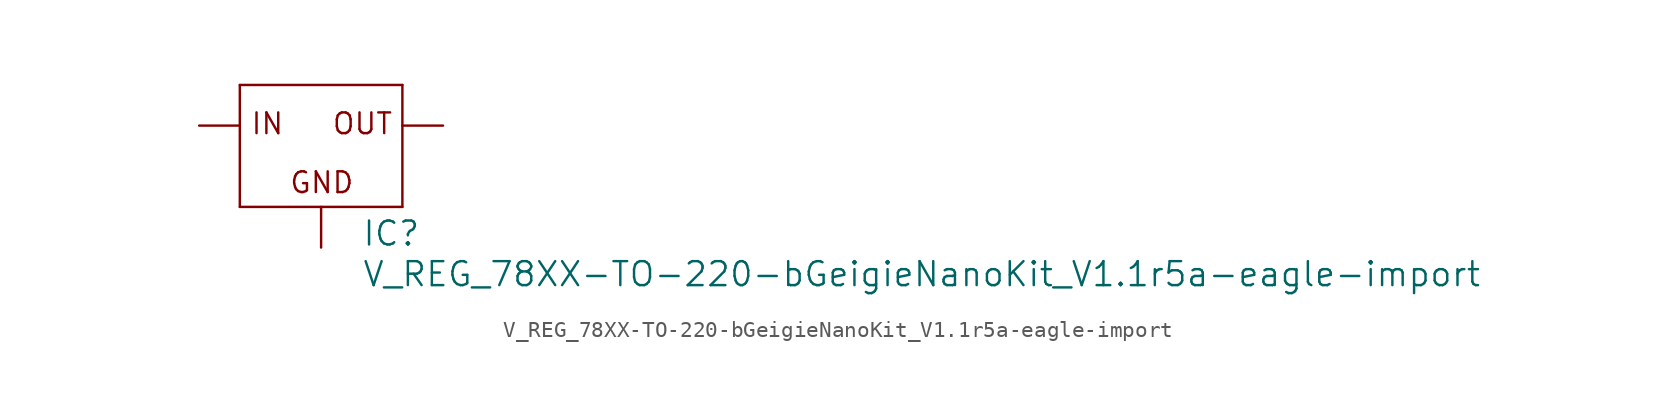
<source format=kicad_sym>
(kicad_symbol_lib
  (version 20200126)
  (host kicad_symbol_editor "5.99.0-unknown-aa7ce74~88~ubuntu18.04.1")
  (symbol "import_from_eagle-rescue:V_REG_78XX-TO-220-bGeigieNanoKit_V1.1r5a-eagle-import"
    (property "Reference" "IC"
      (at 2.54 -7.62 0)
      (effects (font (size 1.499 1.499)) (justify left bottom)))
    (property "Value" "V_REG_78XX-TO-220-bGeigieNanoKit_V1.1r5a-eagle-import"
      (at 2.54 -10.16 0)
      (effects (font (size 1.499 1.499)) (justify left bottom)))
    (property "ki_locked" ""
      (at 0 0 0)
      (effects (font (size 1.27 1.27))))
    (symbol "V_REG_78XX-TO-220-bGeigieNanoKit_V1.1r5a-eagle-import_1_0"
      (text "GND" (at -2.032 -4.318 0) (effects (font (size 1.295 1.295)) (justify left bottom)))
      (text "IN" (at -4.445 -0.635 0) (effects (font (size 1.295 1.295)) (justify left bottom)))
      (text "OUT" (at 0.635 -0.635 0) (effects (font (size 1.295 1.295)) (justify left bottom)))
      (polyline (pts (xy -5.08 -5.08) (xy 5.08 -5.08)) (stroke (width 0)) (fill (type none)))
      (polyline (pts (xy -5.08 2.54) (xy -5.08 -5.08)) (stroke (width 0)) (fill (type none)))
      (polyline (pts (xy 5.08 -5.08) (xy 5.08 2.54)) (stroke (width 0)) (fill (type none)))
      (polyline (pts (xy 5.08 2.54) (xy -5.08 2.54)) (stroke (width 0)) (fill (type none)))
      (pin input line (at 0 -7.62 90) (length 2.54) (name "GND" (effects (font (size 0 0)))) (number "GND" (effects (font (size 0 0)))))
      (pin input line (at -7.62 0 0) (length 2.54) (name "IN" (effects (font (size 0 0)))) (number "IN" (effects (font (size 0 0)))))
      (pin output line (at 7.62 0 180) (length 2.54) (name "OUT" (effects (font (size 0 0)))) (number "OUT" (effects (font (size 0 0))))))))
</source>
